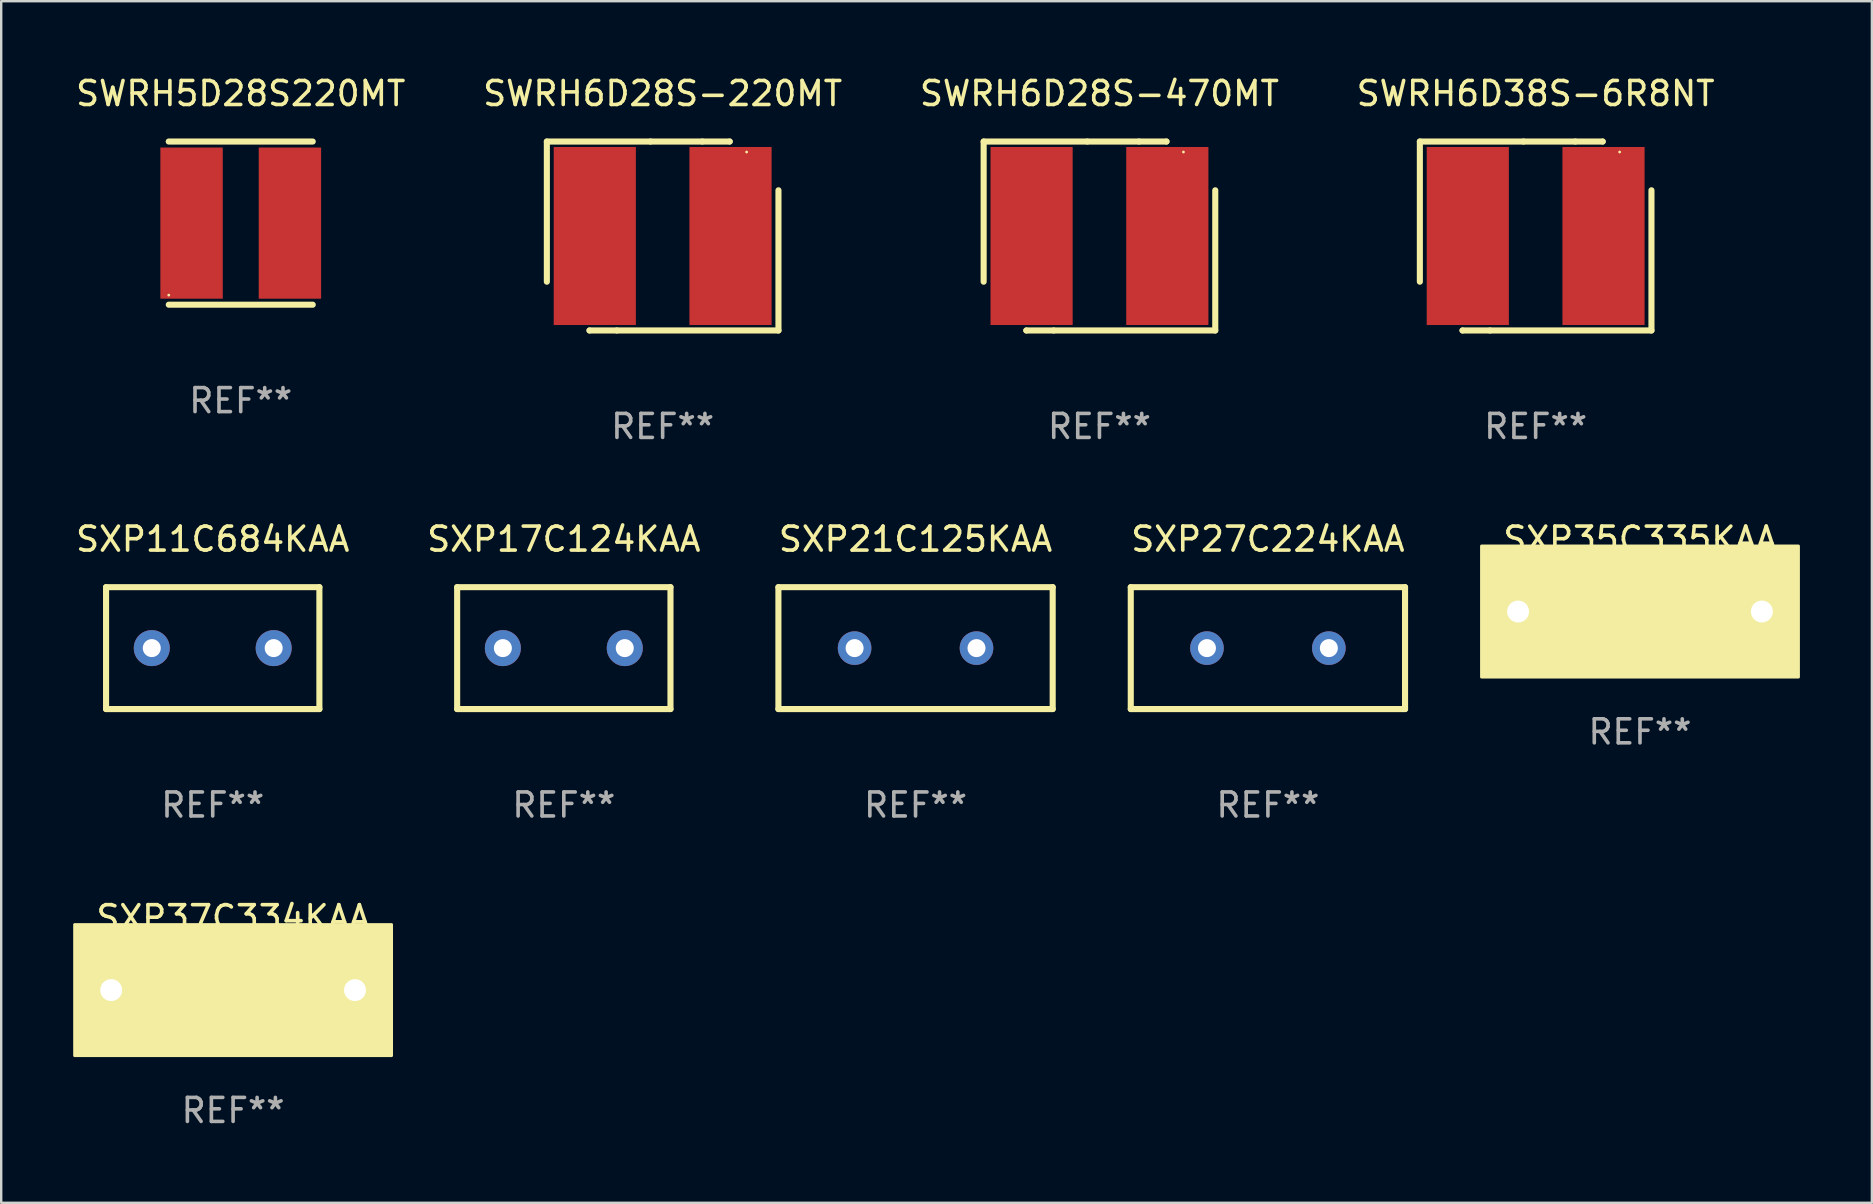
<source format=kicad_pcb>
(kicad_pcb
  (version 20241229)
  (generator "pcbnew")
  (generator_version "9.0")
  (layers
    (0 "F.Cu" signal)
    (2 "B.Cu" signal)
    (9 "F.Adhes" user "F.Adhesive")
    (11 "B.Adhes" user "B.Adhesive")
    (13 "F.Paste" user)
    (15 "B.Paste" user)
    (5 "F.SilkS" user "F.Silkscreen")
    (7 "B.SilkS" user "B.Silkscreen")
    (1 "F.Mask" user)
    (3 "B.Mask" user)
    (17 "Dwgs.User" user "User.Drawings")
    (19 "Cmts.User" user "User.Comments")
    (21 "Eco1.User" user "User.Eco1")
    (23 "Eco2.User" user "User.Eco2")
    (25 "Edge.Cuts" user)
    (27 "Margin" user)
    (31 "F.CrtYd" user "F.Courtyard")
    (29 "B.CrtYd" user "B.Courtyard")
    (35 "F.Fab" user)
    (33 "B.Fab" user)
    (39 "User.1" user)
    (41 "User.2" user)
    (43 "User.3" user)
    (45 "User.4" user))
  (footprint "SXP37C334KAA"
    (layer "F.Cu")
    (at 6.664 38.211)
    (property "Reference" "SXP37C334KAA" (at 0 -3.016 0) (layer "F.SilkS") (effects (font (size 1 1) (thickness 0.15))))
    (attr through_hole)
    (fp_line (start -0.762 0.000025) (end -2.159 0.000025) (stroke (width 0.254) (type solid)) (layer "F.SilkS"))
    (fp_line (start -0.762 1.016) (end -0.762 -1.016) (stroke (width 0.254) (type solid)) (layer "F.SilkS"))
    (fp_line (start 0.762 -1.016) (end 0.762 1.016) (stroke (width 0.254) (type solid)) (layer "F.SilkS"))
    (fp_line (start 0.762 -0.000025) (end 2.159 -0.000025) (stroke (width 0.254) (type solid)) (layer "F.SilkS"))
    (fp_circle (center -6.35 2.54) (end -6.32 2.54) (stroke (width 0.06) (type solid)) (fill no) (layer "F.SilkS"))
    (fp_poly (pts (xy -6.604 -2.731) (xy 6.604 -2.731) (xy 6.604 2.731) (xy -6.604 2.731)) (stroke (width 0.12) (type solid)) (fill yes) (layer "F.SilkS"))
    (fp_text user "REF**" (at 0 5.016 0) (layer "F.Fab") (effects (font (size 1 1) (thickness 0.15))))
    (pad "1" thru_hole circle (at -5.08 0) (size 1.524 1.524) (drill 0.914) (layers "*.Cu" "*.Mask"))
    (pad "2" thru_hole circle (at 5.08 0) (size 1.524 1.524) (drill 0.914) (layers "*.Cu" "*.Mask")))
  (footprint "SWRH6D38S-6R8NT"
    (layer "F.Cu")
    (at 60.946 6.785)
    (property "Reference" "SWRH6D38S-6R8NT" (at 0 -5.937 0) (layer "F.SilkS") (effects (font (size 1 1) (thickness 0.15))))
    (attr through_hole)
    (fp_line (start -4.826 -3.937) (end -0.508 -3.937) (stroke (width 0.254) (type solid)) (layer "F.SilkS"))
    (fp_line (start -4.826 1.905) (end -4.826 -3.937) (stroke (width 0.254) (type solid)) (layer "F.SilkS"))
    (fp_line (start -3.048 3.937) (end -3.048 3.937) (stroke (width 0.254) (type solid)) (layer "F.SilkS"))
    (fp_line (start -1.905 3.937) (end -3.048 3.937) (stroke (width 0.254) (type solid)) (layer "F.SilkS"))
    (fp_line (start -0.508 -3.937) (end 1.651 -3.937) (stroke (width 0.254) (type solid)) (layer "F.SilkS"))
    (fp_line (start 1.651 -3.937) (end 2.794 -3.937) (stroke (width 0.254) (type solid)) (layer "F.SilkS"))
    (fp_line (start 2.794 -3.937) (end 2.794 -3.937) (stroke (width 0.254) (type solid)) (layer "F.SilkS"))
    (fp_line (start 4.826 -1.905) (end 4.826 3.937) (stroke (width 0.254) (type solid)) (layer "F.SilkS"))
    (fp_line (start 4.826 3.937) (end -1.905 3.937) (stroke (width 0.254) (type solid)) (layer "F.SilkS"))
    (fp_circle (center 3.5 -3.5) (end 3.53 -3.5) (stroke (width 0.06) (type solid)) (fill no) (layer "F.SilkS"))
    (fp_text user "REF**" (at 0 7.937 0) (layer "F.Fab") (effects (font (size 1 1) (thickness 0.15))))
    (pad "1" smd rect (at 2.828 0) (size 3.424 7.42) (layers "F.Cu" "F.Mask" "F.Paste"))
    (pad "2" smd rect (at -2.828 0) (size 3.424 7.42) (layers "F.Cu" "F.Mask" "F.Paste")))
  (footprint "SWRH6D28S-470MT"
    (layer "F.Cu")
    (at 42.768 6.785)
    (property "Reference" "SWRH6D28S-470MT" (at 0 -5.937 0) (layer "F.SilkS") (effects (font (size 1 1) (thickness 0.15))))
    (attr through_hole)
    (fp_line (start -4.826 -3.937) (end -0.508 -3.937) (stroke (width 0.254) (type solid)) (layer "F.SilkS"))
    (fp_line (start -4.826 1.905) (end -4.826 -3.937) (stroke (width 0.254) (type solid)) (layer "F.SilkS"))
    (fp_line (start -3.048 3.937) (end -3.048 3.937) (stroke (width 0.254) (type solid)) (layer "F.SilkS"))
    (fp_line (start -1.905 3.937) (end -3.048 3.937) (stroke (width 0.254) (type solid)) (layer "F.SilkS"))
    (fp_line (start -0.508 -3.937) (end 1.651 -3.937) (stroke (width 0.254) (type solid)) (layer "F.SilkS"))
    (fp_line (start 1.651 -3.937) (end 2.794 -3.937) (stroke (width 0.254) (type solid)) (layer "F.SilkS"))
    (fp_line (start 2.794 -3.937) (end 2.794 -3.937) (stroke (width 0.254) (type solid)) (layer "F.SilkS"))
    (fp_line (start 4.826 -1.905) (end 4.826 3.937) (stroke (width 0.254) (type solid)) (layer "F.SilkS"))
    (fp_line (start 4.826 3.937) (end -1.905 3.937) (stroke (width 0.254) (type solid)) (layer "F.SilkS"))
    (fp_circle (center 3.5 -3.5) (end 3.53 -3.5) (stroke (width 0.06) (type solid)) (fill no) (layer "F.SilkS"))
    (fp_text user "REF**" (at 0 7.937 0) (layer "F.Fab") (effects (font (size 1 1) (thickness 0.15))))
    (pad "1" smd rect (at 2.828 0) (size 3.424 7.42) (layers "F.Cu" "F.Mask" "F.Paste"))
    (pad "2" smd rect (at -2.828 0) (size 3.424 7.42) (layers "F.Cu" "F.Mask" "F.Paste")))
  (footprint "SXP11C684KAA"
    (layer "F.Cu")
    (at 5.815 23.959)
    (property "Reference" "SXP11C684KAA" (at 0 -4.54 0) (layer "F.SilkS") (effects (font (size 1 1) (thickness 0.15))))
    (attr through_hole)
    (fp_line (start -4.445 -2.54) (end 4.445 -2.54) (stroke (width 0.254) (type solid)) (layer "F.SilkS"))
    (fp_line (start -4.445 2.54) (end -4.445 -2.54) (stroke (width 0.254) (type solid)) (layer "F.SilkS"))
    (fp_line (start 4.445 -2.54) (end 4.445 2.54) (stroke (width 0.254) (type solid)) (layer "F.SilkS"))
    (fp_line (start 4.445 2.54) (end -4.445 2.54) (stroke (width 0.254) (type solid)) (layer "F.SilkS"))
    (fp_circle (center -4.45 2.54) (end -4.42 2.54) (stroke (width 0.06) (type solid)) (fill no) (layer "F.SilkS"))
    (fp_text user "REF**" (at 0 6.54 0) (layer "F.Fab") (effects (font (size 1 1) (thickness 0.15))))
    (pad "1" thru_hole circle (at -2.54 0) (size 1.5 1.5) (drill 0.75) (layers "*.Cu" "*.Mask"))
    (pad "2" thru_hole circle (at 2.54 0) (size 1.5 1.5) (drill 0.75) (layers "*.Cu" "*.Mask")))
  (footprint "SXP27C224KAA"
    (layer "F.Cu")
    (at 49.788 23.959)
    (property "Reference" "SXP27C224KAA" (at 0 -4.54 0) (layer "F.SilkS") (effects (font (size 1 1) (thickness 0.15))))
    (attr through_hole)
    (fp_line (start -5.715 -2.54) (end 5.715 -2.54) (stroke (width 0.254) (type solid)) (layer "F.SilkS"))
    (fp_line (start -5.715 2.54) (end -5.715 -2.54) (stroke (width 0.254) (type solid)) (layer "F.SilkS"))
    (fp_line (start 5.715 -2.54) (end 5.715 2.54) (stroke (width 0.254) (type solid)) (layer "F.SilkS"))
    (fp_line (start 5.715 2.54) (end -5.715 2.54) (stroke (width 0.254) (type solid)) (layer "F.SilkS"))
    (fp_circle (center -5.7 2.55) (end -5.67 2.55) (stroke (width 0.06) (type solid)) (fill no) (layer "F.SilkS"))
    (fp_text user "REF**" (at 0 6.54 0) (layer "F.Fab") (effects (font (size 1 1) (thickness 0.15))))
    (pad "1" thru_hole circle (at -2.54 0) (size 1.4 1.4) (drill 0.75) (layers "*.Cu" "*.Mask"))
    (pad "2" thru_hole circle (at 2.54 0) (size 1.4 1.4) (drill 0.75) (layers "*.Cu" "*.Mask")))
  (footprint "SXP35C335KAA"
    (layer "F.Cu")
    (at 65.294 22.435)
    (property "Reference" "SXP35C335KAA" (at 0 -3.016 0) (layer "F.SilkS") (effects (font (size 1 1) (thickness 0.15))))
    (attr through_hole)
    (fp_line (start -0.762 0.000025) (end -2.159 0.000025) (stroke (width 0.254) (type solid)) (layer "F.SilkS"))
    (fp_line (start -0.762 1.016) (end -0.762 -1.016) (stroke (width 0.254) (type solid)) (layer "F.SilkS"))
    (fp_line (start 0.762 -1.016) (end 0.762 1.016) (stroke (width 0.254) (type solid)) (layer "F.SilkS"))
    (fp_line (start 0.762 -0.000025) (end 2.159 -0.000025) (stroke (width 0.254) (type solid)) (layer "F.SilkS"))
    (fp_circle (center -6.35 2.54) (end -6.32 2.54) (stroke (width 0.06) (type solid)) (fill no) (layer "F.SilkS"))
    (fp_poly (pts (xy -6.604 -2.731) (xy 6.604 -2.731) (xy 6.604 2.731) (xy -6.604 2.731)) (stroke (width 0.12) (type solid)) (fill yes) (layer "F.SilkS"))
    (fp_text user "REF**" (at 0 5.016 0) (layer "F.Fab") (effects (font (size 1 1) (thickness 0.15))))
    (pad "1" thru_hole circle (at -5.08 0) (size 1.524 1.524) (drill 0.914) (layers "*.Cu" "*.Mask"))
    (pad "2" thru_hole circle (at 5.08 0) (size 1.524 1.524) (drill 0.914) (layers "*.Cu" "*.Mask")))
  (footprint "SWRH6D28S-220MT"
    (layer "F.Cu")
    (at 24.565 6.785)
    (property "Reference" "SWRH6D28S-220MT" (at 0 -5.937 0) (layer "F.SilkS") (effects (font (size 1 1) (thickness 0.15))))
    (attr through_hole)
    (fp_line (start -4.826 -3.937) (end -0.508 -3.937) (stroke (width 0.254) (type solid)) (layer "F.SilkS"))
    (fp_line (start -4.826 1.905) (end -4.826 -3.937) (stroke (width 0.254) (type solid)) (layer "F.SilkS"))
    (fp_line (start -3.048 3.937) (end -3.048 3.937) (stroke (width 0.254) (type solid)) (layer "F.SilkS"))
    (fp_line (start -1.905 3.937) (end -3.048 3.937) (stroke (width 0.254) (type solid)) (layer "F.SilkS"))
    (fp_line (start -0.508 -3.937) (end 1.651 -3.937) (stroke (width 0.254) (type solid)) (layer "F.SilkS"))
    (fp_line (start 1.651 -3.937) (end 2.794 -3.937) (stroke (width 0.254) (type solid)) (layer "F.SilkS"))
    (fp_line (start 2.794 -3.937) (end 2.794 -3.937) (stroke (width 0.254) (type solid)) (layer "F.SilkS"))
    (fp_line (start 4.826 -1.905) (end 4.826 3.937) (stroke (width 0.254) (type solid)) (layer "F.SilkS"))
    (fp_line (start 4.826 3.937) (end -1.905 3.937) (stroke (width 0.254) (type solid)) (layer "F.SilkS"))
    (fp_circle (center 3.5 -3.5) (end 3.53 -3.5) (stroke (width 0.06) (type solid)) (fill no) (layer "F.SilkS"))
    (fp_text user "REF**" (at 0 7.937 0) (layer "F.Fab") (effects (font (size 1 1) (thickness 0.15))))
    (pad "1" smd rect (at 2.828 0) (size 3.424 7.42) (layers "F.Cu" "F.Mask" "F.Paste"))
    (pad "2" smd rect (at -2.828 0) (size 3.424 7.42) (layers "F.Cu" "F.Mask" "F.Paste")))
  (footprint "SWRH5D28S220MT"
    (layer "F.Cu")
    (at 6.982 6.248)
    (property "Reference" "SWRH5D28S220MT" (at 0 -5.4 0) (layer "F.SilkS") (effects (font (size 1 1) (thickness 0.15))))
    (attr through_hole)
    (fp_line (start -3.001 -3.4) (end 3.001 -3.4) (stroke (width 0.254) (type solid)) (layer "F.SilkS"))
    (fp_line (start -2.999 3.4) (end 3.001 3.4) (stroke (width 0.254) (type solid)) (layer "F.SilkS"))
    (fp_circle (center -2.999 3) (end -2.969 3) (stroke (width 0.06) (type solid)) (fill no) (layer "F.SilkS"))
    (fp_text user "REF**" (at 0 7.4 0) (layer "F.Fab") (effects (font (size 1 1) (thickness 0.15))))
    (pad "1" smd rect (at -2.049 0) (size 2.6 6.3) (layers "F.Cu" "F.Mask" "F.Paste"))
    (pad "2" smd rect (at 2.05 0) (size 2.6 6.3) (layers "F.Cu" "F.Mask" "F.Paste")))
  (footprint "SXP21C125KAA"
    (layer "F.Cu")
    (at 35.104 23.959)
    (property "Reference" "SXP21C125KAA" (at 0 -4.54 0) (layer "F.SilkS") (effects (font (size 1 1) (thickness 0.15))))
    (attr through_hole)
    (fp_line (start -5.715 -2.54) (end 5.715 -2.54) (stroke (width 0.254) (type solid)) (layer "F.SilkS"))
    (fp_line (start -5.715 2.54) (end -5.715 -2.54) (stroke (width 0.254) (type solid)) (layer "F.SilkS"))
    (fp_line (start 5.715 -2.54) (end 5.715 2.54) (stroke (width 0.254) (type solid)) (layer "F.SilkS"))
    (fp_line (start 5.715 2.54) (end -5.715 2.54) (stroke (width 0.254) (type solid)) (layer "F.SilkS"))
    (fp_circle (center -5.7 2.55) (end -5.67 2.55) (stroke (width 0.06) (type solid)) (fill no) (layer "F.SilkS"))
    (fp_text user "REF**" (at 0 6.54 0) (layer "F.Fab") (effects (font (size 1 1) (thickness 0.15))))
    (pad "1" thru_hole circle (at -2.54 0) (size 1.4 1.4) (drill 0.75) (layers "*.Cu" "*.Mask"))
    (pad "2" thru_hole circle (at 2.54 0) (size 1.4 1.4) (drill 0.75) (layers "*.Cu" "*.Mask")))
  (footprint "SXP17C124KAA"
    (layer "F.Cu")
    (at 20.446 23.959)
    (property "Reference" "SXP17C124KAA" (at 0 -4.54 0) (layer "F.SilkS") (effects (font (size 1 1) (thickness 0.15))))
    (attr through_hole)
    (fp_line (start -4.445 -2.54) (end 4.445 -2.54) (stroke (width 0.254) (type solid)) (layer "F.SilkS"))
    (fp_line (start -4.445 2.54) (end -4.445 -2.54) (stroke (width 0.254) (type solid)) (layer "F.SilkS"))
    (fp_line (start 4.445 -2.54) (end 4.445 2.54) (stroke (width 0.254) (type solid)) (layer "F.SilkS"))
    (fp_line (start 4.445 2.54) (end -4.445 2.54) (stroke (width 0.254) (type solid)) (layer "F.SilkS"))
    (fp_circle (center -4.45 2.54) (end -4.42 2.54) (stroke (width 0.06) (type solid)) (fill no) (layer "F.SilkS"))
    (fp_text user "REF**" (at 0 6.54 0) (layer "F.Fab") (effects (font (size 1 1) (thickness 0.15))))
    (pad "1" thru_hole circle (at -2.54 0) (size 1.5 1.5) (drill 0.75) (layers "*.Cu" "*.Mask"))
    (pad "2" thru_hole circle (at 2.54 0) (size 1.5 1.5) (drill 0.75) (layers "*.Cu" "*.Mask")))
  (gr_rect
    (start -3 -3)
    (end 74.958 47.076)
    (stroke (width 0.1) (type default))
    (fill no)
    (layer "Edge.Cuts")))
</source>
